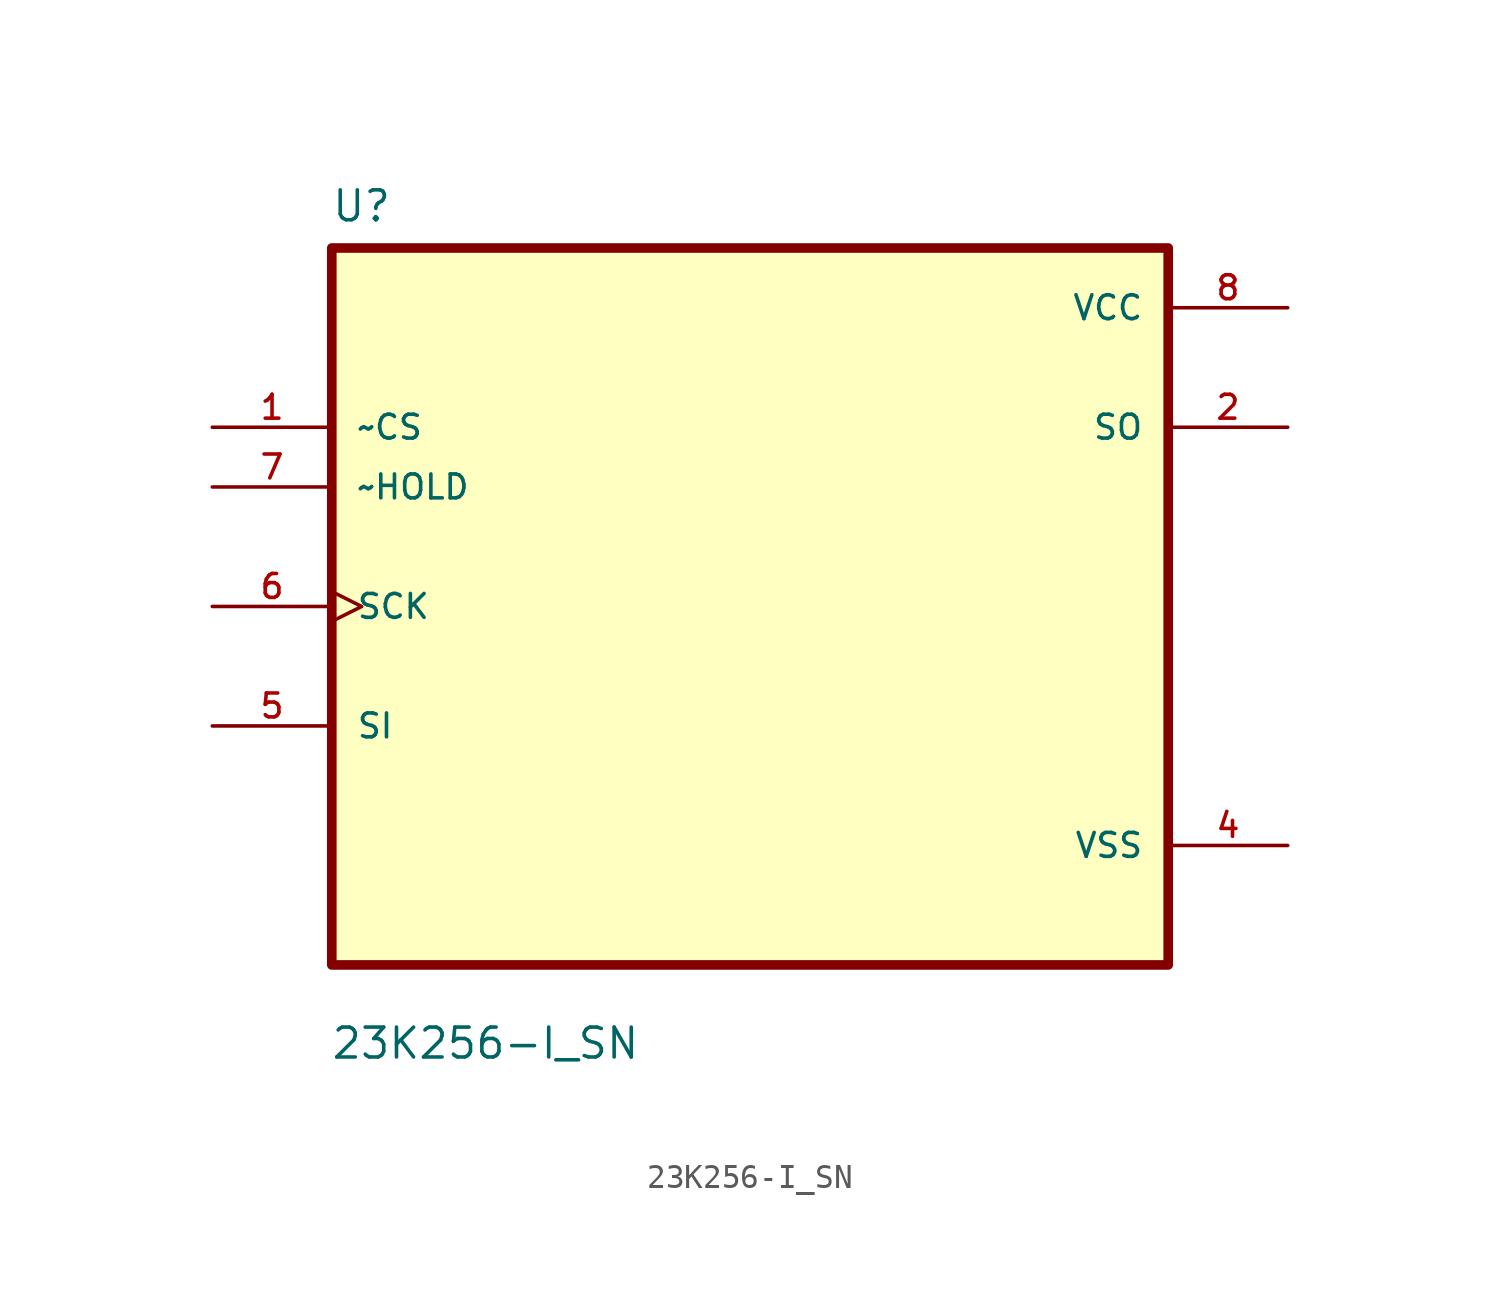
<source format=kicad_sym>
(kicad_symbol_lib
  (version 20211014)
  (generator kicad_symbol_editor)
  (symbol "23K256-I_SN"
    (pin_names
      (offset 1.016))
    (property "Reference" "U"
      (at -17.823 16.279 0.0)
      (effects (font (size 1.27 1.27)) (justify bottom left)))
    (property "Value" "23K256-I_SN"
      (at -17.85 -19.316 0.0)
      (effects (font (size 1.27 1.27)) (justify bottom left)))
    (symbol "23K256-I_SN_0_0"
      (rectangle (start -17.78 -15.24) (end 17.78 15.24) (stroke (width 0.41)) (fill (type background)))
      (pin input line (at -22.86 7.62 0) (length 5.08) (name "~CS" (effects (font (size 1.016 1.016)))) (number "1" (effects (font (size 1.016 1.016)))))
      (pin input line (at -22.86 5.08 0) (length 5.08) (name "~HOLD" (effects (font (size 1.016 1.016)))) (number "7" (effects (font (size 1.016 1.016)))))
      (pin input clock (at -22.86 0.0 0) (length 5.08) (name "SCK" (effects (font (size 1.016 1.016)))) (number "6" (effects (font (size 1.016 1.016)))))
      (pin input line (at -22.86 -5.08 0) (length 5.08) (name "SI" (effects (font (size 1.016 1.016)))) (number "5" (effects (font (size 1.016 1.016)))))
      (pin power_in line (at 22.86 12.7 180.0) (length 5.08) (name "VCC" (effects (font (size 1.016 1.016)))) (number "8" (effects (font (size 1.016 1.016)))))
      (pin output line (at 22.86 7.62 180.0) (length 5.08) (name "SO" (effects (font (size 1.016 1.016)))) (number "2" (effects (font (size 1.016 1.016)))))
      (pin power_in line (at 22.86 -10.16 180.0) (length 5.08) (name "VSS" (effects (font (size 1.016 1.016)))) (number "4" (effects (font (size 1.016 1.016))))))))
</source>
